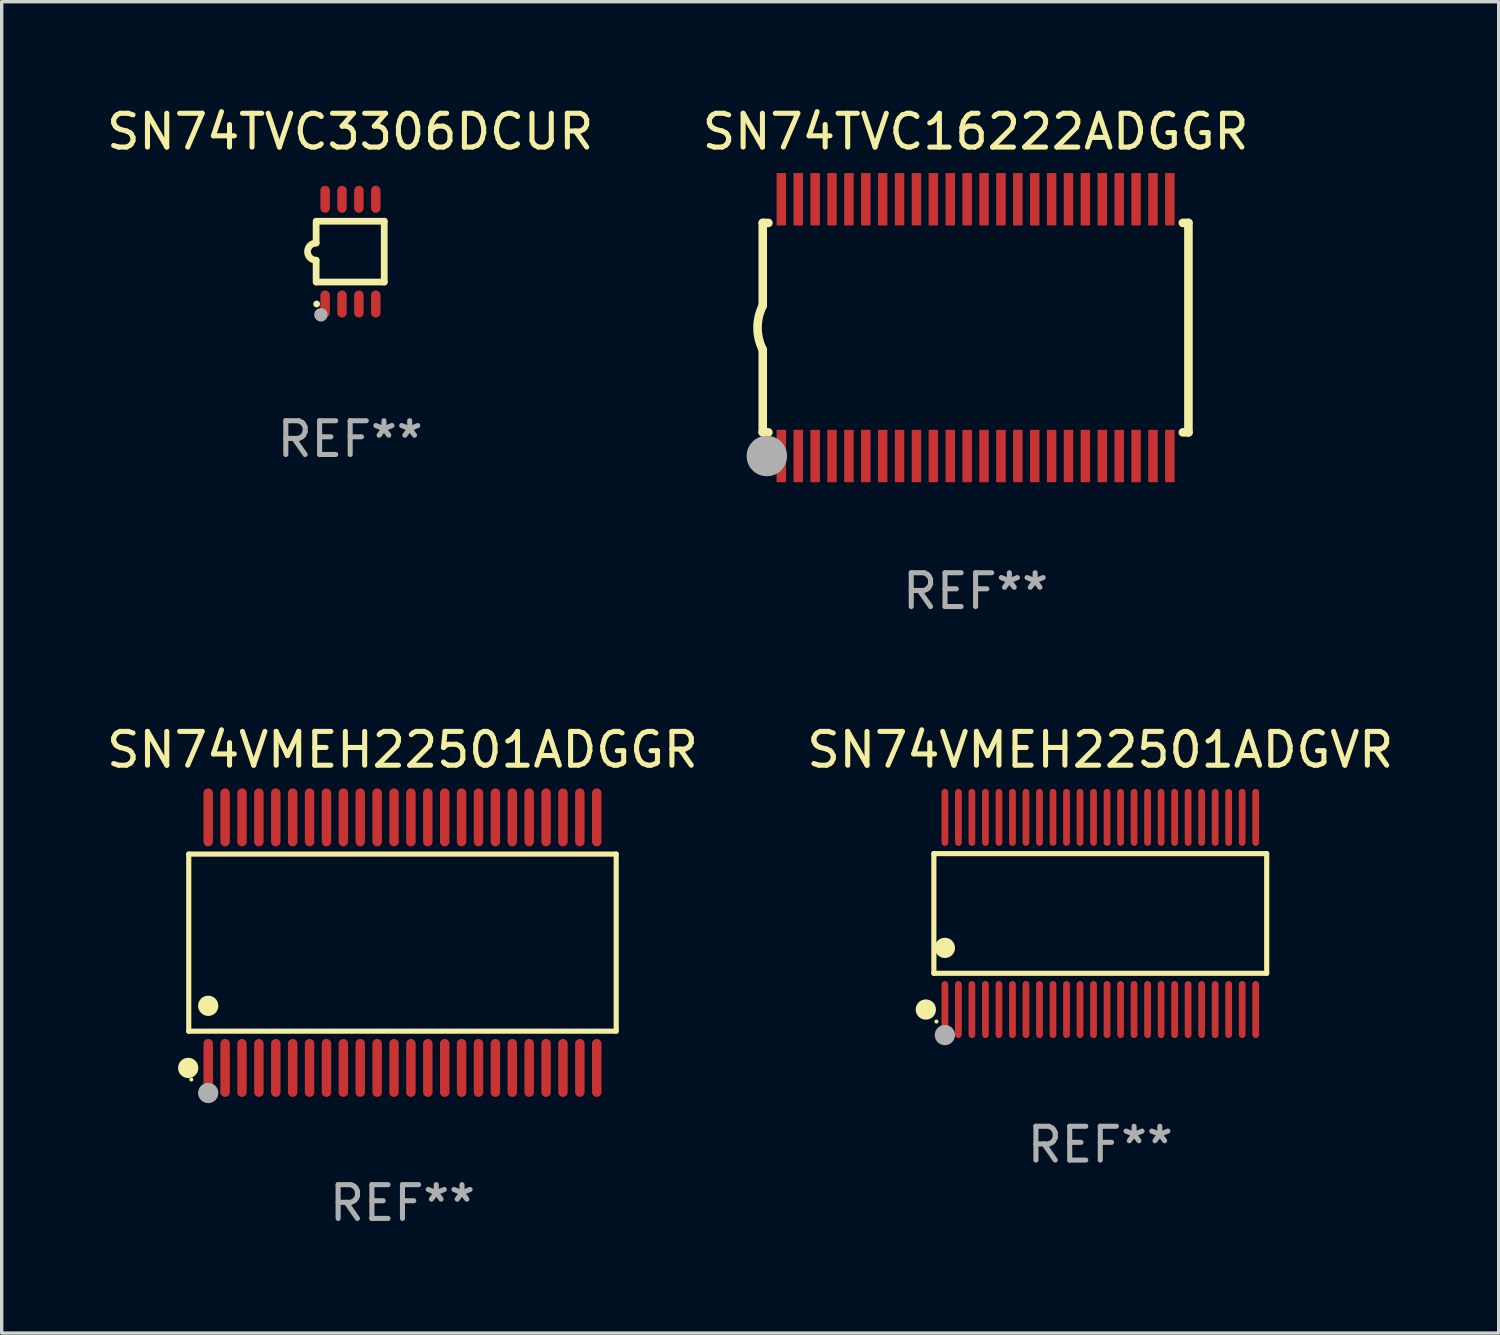
<source format=kicad_pcb>
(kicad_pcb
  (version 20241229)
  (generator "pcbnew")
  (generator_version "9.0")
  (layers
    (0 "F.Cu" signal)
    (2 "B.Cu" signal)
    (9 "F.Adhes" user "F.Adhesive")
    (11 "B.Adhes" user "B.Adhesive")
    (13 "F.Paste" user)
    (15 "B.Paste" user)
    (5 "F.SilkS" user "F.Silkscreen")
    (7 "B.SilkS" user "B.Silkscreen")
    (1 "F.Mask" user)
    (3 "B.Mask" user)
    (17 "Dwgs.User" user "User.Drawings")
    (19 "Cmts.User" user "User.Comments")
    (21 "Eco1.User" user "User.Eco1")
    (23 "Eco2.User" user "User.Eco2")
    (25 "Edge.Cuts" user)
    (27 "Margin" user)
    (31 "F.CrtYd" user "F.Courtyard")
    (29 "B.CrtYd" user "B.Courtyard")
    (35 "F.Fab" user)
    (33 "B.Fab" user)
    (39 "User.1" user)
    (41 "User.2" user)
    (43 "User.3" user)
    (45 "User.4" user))
  (footprint "SN74TVC3306DCUR"
    (layer "F.Cu")
    (at 7.315 4.398)
    (property "Reference" "SN74TVC3306DCUR" (at 0 -3.55 0) (layer "F.SilkS") (effects (font (size 1 1) (thickness 0.15))))
    (attr through_hole)
    (fp_line (start -1.008 -0.254) (end -1.008 -0.9) (stroke (width 0.2) (type solid)) (layer "F.SilkS"))
    (fp_line (start -1.008 0.254) (end -1.008 0.9) (stroke (width 0.2) (type solid)) (layer "F.SilkS"))
    (fp_line (start -0.992 0.9) (end 1.008 0.9) (stroke (width 0.2) (type solid)) (layer "F.SilkS"))
    (fp_line (start 1.008 -0.9) (end -0.992 -0.9) (stroke (width 0.2) (type solid)) (layer "F.SilkS"))
    (fp_line (start 1.008 0.9) (end 1.008 -0.9) (stroke (width 0.2) (type solid)) (layer "F.SilkS"))
    (fp_arc (start -1.008001 0.254001) (mid -1.262002 0) (end -1.008001 -0.254001) (stroke (width 0.2) (type solid)) (layer "F.SilkS"))
    (fp_circle (center -0.992 1.55) (end -0.942 1.55) (stroke (width 0.1) (type solid)) (fill no) (layer "F.SilkS"))
    (fp_circle (center -0.866 1.87) (end -0.766 1.87) (stroke (width 0.2) (type solid)) (fill no) (layer "F.Fab"))
    (fp_text user "REF**" (at 0 5.55 0) (layer "F.Fab") (effects (font (size 1 1) (thickness 0.15))))
    (pad "1" smd oval (at -0.742 1.55 270) (size 0.8 0.28) (layers "F.Cu" "F.Mask" "F.Paste"))
    (pad "2" smd oval (at -0.242 1.55 270) (size 0.8 0.28) (layers "F.Cu" "F.Mask" "F.Paste"))
    (pad "3" smd oval (at 0.258 1.55 270) (size 0.8 0.28) (layers "F.Cu" "F.Mask" "F.Paste"))
    (pad "4" smd oval (at 0.758 1.55 270) (size 0.8 0.28) (layers "F.Cu" "F.Mask" "F.Paste"))
    (pad "5" smd oval (at 0.758 -1.55 270) (size 0.8 0.28) (layers "F.Cu" "F.Mask" "F.Paste"))
    (pad "6" smd oval (at 0.258 -1.55 270) (size 0.8 0.28) (layers "F.Cu" "F.Mask" "F.Paste"))
    (pad "7" smd oval (at -0.242 -1.55 270) (size 0.8 0.28) (layers "F.Cu" "F.Mask" "F.Paste"))
    (pad "8" smd oval (at -0.742 -1.55 270) (size 0.8 0.28) (layers "F.Cu" "F.Mask" "F.Paste")))
  (footprint "SN74VMEH22501ADGGR"
    (layer "F.Cu")
    (at 8.863 24.852)
    (property "Reference" "SN74VMEH22501ADGGR" (at 0 -5.708 0) (layer "F.SilkS") (effects (font (size 1 1) (thickness 0.15))))
    (attr through_hole)
    (fp_line (start -6.326 -2.622) (end 6.326 -2.622) (stroke (width 0.152) (type solid)) (layer "F.SilkS"))
    (fp_line (start -6.326 2.621) (end -6.326 -2.622) (stroke (width 0.152) (type solid)) (layer "F.SilkS"))
    (fp_line (start 6.326 -2.622) (end 6.326 2.621) (stroke (width 0.152) (type solid)) (layer "F.SilkS"))
    (fp_line (start 6.326 2.621) (end -6.326 2.621) (stroke (width 0.152) (type solid)) (layer "F.SilkS"))
    (fp_circle (center -6.342 3.708) (end -6.192 3.708) (stroke (width 0.3) (type solid)) (fill no) (layer "F.SilkS"))
    (fp_circle (center -6.25 4.05) (end -6.22 4.05) (stroke (width 0.06) (type solid)) (fill no) (layer "F.SilkS"))
    (fp_circle (center -5.75 1.869) (end -5.6 1.869) (stroke (width 0.3) (type solid)) (fill no) (layer "F.SilkS"))
    (fp_circle (center -5.75 4.45) (end -5.6 4.45) (stroke (width 0.3) (type solid)) (fill no) (layer "F.Fab"))
    (fp_text user "REF**" (at 0 7.708 0) (layer "F.Fab") (effects (font (size 1 1) (thickness 0.15))))
    (pad "1" smd oval (at -5.75 3.708) (size 0.28 1.715) (layers "F.Cu" "F.Mask" "F.Paste"))
    (pad "2" smd oval (at -5.25 3.708) (size 0.28 1.715) (layers "F.Cu" "F.Mask" "F.Paste"))
    (pad "3" smd oval (at -4.75 3.708) (size 0.28 1.715) (layers "F.Cu" "F.Mask" "F.Paste"))
    (pad "4" smd oval (at -4.25 3.708) (size 0.28 1.715) (layers "F.Cu" "F.Mask" "F.Paste"))
    (pad "5" smd oval (at -3.75 3.708) (size 0.28 1.715) (layers "F.Cu" "F.Mask" "F.Paste"))
    (pad "6" smd oval (at -3.25 3.708) (size 0.28 1.715) (layers "F.Cu" "F.Mask" "F.Paste"))
    (pad "7" smd oval (at -2.75 3.708) (size 0.28 1.715) (layers "F.Cu" "F.Mask" "F.Paste"))
    (pad "8" smd oval (at -2.25 3.708) (size 0.28 1.715) (layers "F.Cu" "F.Mask" "F.Paste"))
    (pad "9" smd oval (at -1.75 3.708) (size 0.28 1.715) (layers "F.Cu" "F.Mask" "F.Paste"))
    (pad "10" smd oval (at -1.25 3.708) (size 0.28 1.715) (layers "F.Cu" "F.Mask" "F.Paste"))
    (pad "11" smd oval (at -0.75 3.708) (size 0.28 1.715) (layers "F.Cu" "F.Mask" "F.Paste"))
    (pad "12" smd oval (at -0.25 3.708) (size 0.28 1.715) (layers "F.Cu" "F.Mask" "F.Paste"))
    (pad "13" smd oval (at 0.25 3.708) (size 0.28 1.715) (layers "F.Cu" "F.Mask" "F.Paste"))
    (pad "14" smd oval (at 0.75 3.708) (size 0.28 1.715) (layers "F.Cu" "F.Mask" "F.Paste"))
    (pad "15" smd oval (at 1.25 3.708) (size 0.28 1.715) (layers "F.Cu" "F.Mask" "F.Paste"))
    (pad "16" smd oval (at 1.75 3.708) (size 0.28 1.715) (layers "F.Cu" "F.Mask" "F.Paste"))
    (pad "17" smd oval (at 2.25 3.708) (size 0.28 1.715) (layers "F.Cu" "F.Mask" "F.Paste"))
    (pad "18" smd oval (at 2.75 3.708) (size 0.28 1.715) (layers "F.Cu" "F.Mask" "F.Paste"))
    (pad "19" smd oval (at 3.25 3.708) (size 0.28 1.715) (layers "F.Cu" "F.Mask" "F.Paste"))
    (pad "20" smd oval (at 3.75 3.708) (size 0.28 1.715) (layers "F.Cu" "F.Mask" "F.Paste"))
    (pad "21" smd oval (at 4.25 3.708) (size 0.28 1.715) (layers "F.Cu" "F.Mask" "F.Paste"))
    (pad "22" smd oval (at 4.75 3.708) (size 0.28 1.715) (layers "F.Cu" "F.Mask" "F.Paste"))
    (pad "23" smd oval (at 5.25 3.708) (size 0.28 1.715) (layers "F.Cu" "F.Mask" "F.Paste"))
    (pad "24" smd oval (at 5.75 3.708) (size 0.28 1.715) (layers "F.Cu" "F.Mask" "F.Paste"))
    (pad "25" smd oval (at 5.75 -3.708) (size 0.28 1.715) (layers "F.Cu" "F.Mask" "F.Paste"))
    (pad "26" smd oval (at 5.25 -3.708) (size 0.28 1.715) (layers "F.Cu" "F.Mask" "F.Paste"))
    (pad "27" smd oval (at 4.75 -3.708) (size 0.28 1.715) (layers "F.Cu" "F.Mask" "F.Paste"))
    (pad "28" smd oval (at 4.25 -3.708) (size 0.28 1.715) (layers "F.Cu" "F.Mask" "F.Paste"))
    (pad "29" smd oval (at 3.75 -3.708) (size 0.28 1.715) (layers "F.Cu" "F.Mask" "F.Paste"))
    (pad "30" smd oval (at 3.25 -3.708) (size 0.28 1.715) (layers "F.Cu" "F.Mask" "F.Paste"))
    (pad "31" smd oval (at 2.75 -3.708) (size 0.28 1.715) (layers "F.Cu" "F.Mask" "F.Paste"))
    (pad "32" smd oval (at 2.25 -3.708) (size 0.28 1.715) (layers "F.Cu" "F.Mask" "F.Paste"))
    (pad "33" smd oval (at 1.75 -3.708) (size 0.28 1.715) (layers "F.Cu" "F.Mask" "F.Paste"))
    (pad "34" smd oval (at 1.25 -3.708) (size 0.28 1.715) (layers "F.Cu" "F.Mask" "F.Paste"))
    (pad "35" smd oval (at 0.75 -3.708) (size 0.28 1.715) (layers "F.Cu" "F.Mask" "F.Paste"))
    (pad "36" smd oval (at 0.25 -3.708) (size 0.28 1.715) (layers "F.Cu" "F.Mask" "F.Paste"))
    (pad "37" smd oval (at -0.25 -3.708) (size 0.28 1.715) (layers "F.Cu" "F.Mask" "F.Paste"))
    (pad "38" smd oval (at -0.75 -3.708) (size 0.28 1.715) (layers "F.Cu" "F.Mask" "F.Paste"))
    (pad "39" smd oval (at -1.25 -3.708) (size 0.28 1.715) (layers "F.Cu" "F.Mask" "F.Paste"))
    (pad "40" smd oval (at -1.75 -3.708) (size 0.28 1.715) (layers "F.Cu" "F.Mask" "F.Paste"))
    (pad "41" smd oval (at -2.25 -3.708) (size 0.28 1.715) (layers "F.Cu" "F.Mask" "F.Paste"))
    (pad "42" smd oval (at -2.75 -3.708) (size 0.28 1.715) (layers "F.Cu" "F.Mask" "F.Paste"))
    (pad "43" smd oval (at -3.25 -3.708) (size 0.28 1.715) (layers "F.Cu" "F.Mask" "F.Paste"))
    (pad "44" smd oval (at -3.75 -3.708) (size 0.28 1.715) (layers "F.Cu" "F.Mask" "F.Paste"))
    (pad "45" smd oval (at -4.25 -3.708) (size 0.28 1.715) (layers "F.Cu" "F.Mask" "F.Paste"))
    (pad "46" smd oval (at -4.75 -3.708) (size 0.28 1.715) (layers "F.Cu" "F.Mask" "F.Paste"))
    (pad "47" smd oval (at -5.25 -3.708) (size 0.28 1.715) (layers "F.Cu" "F.Mask" "F.Paste"))
    (pad "48" smd oval (at -5.75 -3.708) (size 0.28 1.715) (layers "F.Cu" "F.Mask" "F.Paste")))
  (footprint "SN74TVC16222ADGGR"
    (layer "F.Cu")
    (at 25.827 6.648)
    (property "Reference" "SN74TVC16222ADGGR" (at 0 -5.8 0) (layer "F.SilkS") (effects (font (size 1 1) (thickness 0.15))))
    (attr through_hole)
    (fp_line (start -6.3 -3.1) (end -6.3 -0.65) (stroke (width 0.254) (type solid)) (layer "F.SilkS"))
    (fp_line (start -6.3 -3.1) (end -6.134 -3.1) (stroke (width 0.254) (type solid)) (layer "F.SilkS"))
    (fp_line (start -6.3 3.1) (end -6.3 0.65) (stroke (width 0.254) (type solid)) (layer "F.SilkS"))
    (fp_line (start -6.3 3.1) (end -6.134 3.1) (stroke (width 0.254) (type solid)) (layer "F.SilkS"))
    (fp_line (start 6.134 -3.1) (end 6.3 -3.1) (stroke (width 0.254) (type solid)) (layer "F.SilkS"))
    (fp_line (start 6.134 3.1) (end 6.3 3.1) (stroke (width 0.254) (type solid)) (layer "F.SilkS"))
    (fp_line (start 6.3 -3.1) (end 6.3 3.1) (stroke (width 0.254) (type solid)) (layer "F.SilkS"))
    (fp_arc (start -6.301016 0.650114) (mid -6.45413 -0.000082) (end -6.3 -0.650038) (stroke (width 0.254001) (type solid)) (layer "F.SilkS"))
    (fp_circle (center -6.35 3.81) (end -6.223 3.81) (stroke (width 0.254) (type solid)) (fill no) (layer "F.SilkS"))
    (fp_circle (center -6.25 4.05) (end -6.22 4.05) (stroke (width 0.06) (type solid)) (fill no) (layer "F.SilkS"))
    (fp_circle (center -6.18 3.8) (end -5.88 3.8) (stroke (width 0.6) (type solid)) (fill no) (layer "F.Fab"))
    (fp_text user "REF**" (at 0 7.8 0) (layer "F.Fab") (effects (font (size 1 1) (thickness 0.15))))
    (pad "1" smd rect (at -5.75 3.8) (size 0.28 1.55) (layers "F.Cu" "F.Mask" "F.Paste"))
    (pad "2" smd rect (at -5.25 3.8) (size 0.28 1.55) (layers "F.Cu" "F.Mask" "F.Paste"))
    (pad "3" smd rect (at -4.75 3.8) (size 0.28 1.55) (layers "F.Cu" "F.Mask" "F.Paste"))
    (pad "4" smd rect (at -4.25 3.8) (size 0.28 1.55) (layers "F.Cu" "F.Mask" "F.Paste"))
    (pad "5" smd rect (at -3.75 3.8) (size 0.28 1.55) (layers "F.Cu" "F.Mask" "F.Paste"))
    (pad "6" smd rect (at -3.25 3.8) (size 0.28 1.55) (layers "F.Cu" "F.Mask" "F.Paste"))
    (pad "7" smd rect (at -2.75 3.8) (size 0.28 1.55) (layers "F.Cu" "F.Mask" "F.Paste"))
    (pad "8" smd rect (at -2.25 3.8) (size 0.28 1.55) (layers "F.Cu" "F.Mask" "F.Paste"))
    (pad "9" smd rect (at -1.75 3.8) (size 0.28 1.55) (layers "F.Cu" "F.Mask" "F.Paste"))
    (pad "10" smd rect (at -1.25 3.8) (size 0.28 1.55) (layers "F.Cu" "F.Mask" "F.Paste"))
    (pad "11" smd rect (at -0.75 3.8) (size 0.28 1.55) (layers "F.Cu" "F.Mask" "F.Paste"))
    (pad "12" smd rect (at -0.25 3.8) (size 0.28 1.55) (layers "F.Cu" "F.Mask" "F.Paste"))
    (pad "13" smd rect (at 0.25 3.8) (size 0.28 1.55) (layers "F.Cu" "F.Mask" "F.Paste"))
    (pad "14" smd rect (at 0.75 3.8) (size 0.28 1.55) (layers "F.Cu" "F.Mask" "F.Paste"))
    (pad "15" smd rect (at 1.25 3.8) (size 0.28 1.55) (layers "F.Cu" "F.Mask" "F.Paste"))
    (pad "16" smd rect (at 1.75 3.8) (size 0.28 1.55) (layers "F.Cu" "F.Mask" "F.Paste"))
    (pad "17" smd rect (at 2.25 3.8) (size 0.28 1.55) (layers "F.Cu" "F.Mask" "F.Paste"))
    (pad "18" smd rect (at 2.75 3.8) (size 0.28 1.55) (layers "F.Cu" "F.Mask" "F.Paste"))
    (pad "19" smd rect (at 3.25 3.8) (size 0.28 1.55) (layers "F.Cu" "F.Mask" "F.Paste"))
    (pad "20" smd rect (at 3.75 3.8) (size 0.28 1.55) (layers "F.Cu" "F.Mask" "F.Paste"))
    (pad "21" smd rect (at 4.25 3.8) (size 0.28 1.55) (layers "F.Cu" "F.Mask" "F.Paste"))
    (pad "22" smd rect (at 4.75 3.8) (size 0.28 1.55) (layers "F.Cu" "F.Mask" "F.Paste"))
    (pad "23" smd rect (at 5.25 3.8) (size 0.28 1.55) (layers "F.Cu" "F.Mask" "F.Paste"))
    (pad "24" smd rect (at 5.75 3.8) (size 0.28 1.55) (layers "F.Cu" "F.Mask" "F.Paste"))
    (pad "25" smd rect (at 5.75 -3.8) (size 0.28 1.55) (layers "F.Cu" "F.Mask" "F.Paste"))
    (pad "26" smd rect (at 5.25 -3.8) (size 0.28 1.55) (layers "F.Cu" "F.Mask" "F.Paste"))
    (pad "27" smd rect (at 4.75 -3.8) (size 0.28 1.55) (layers "F.Cu" "F.Mask" "F.Paste"))
    (pad "28" smd rect (at 4.25 -3.8) (size 0.28 1.55) (layers "F.Cu" "F.Mask" "F.Paste"))
    (pad "29" smd rect (at 3.75 -3.8) (size 0.28 1.55) (layers "F.Cu" "F.Mask" "F.Paste"))
    (pad "30" smd rect (at 3.25 -3.8) (size 0.28 1.55) (layers "F.Cu" "F.Mask" "F.Paste"))
    (pad "31" smd rect (at 2.75 -3.8) (size 0.28 1.55) (layers "F.Cu" "F.Mask" "F.Paste"))
    (pad "32" smd rect (at 2.25 -3.8) (size 0.28 1.55) (layers "F.Cu" "F.Mask" "F.Paste"))
    (pad "33" smd rect (at 1.75 -3.8) (size 0.28 1.55) (layers "F.Cu" "F.Mask" "F.Paste"))
    (pad "34" smd rect (at 1.25 -3.8) (size 0.28 1.55) (layers "F.Cu" "F.Mask" "F.Paste"))
    (pad "35" smd rect (at 0.75 -3.8) (size 0.28 1.55) (layers "F.Cu" "F.Mask" "F.Paste"))
    (pad "36" smd rect (at 0.25 -3.8) (size 0.28 1.55) (layers "F.Cu" "F.Mask" "F.Paste"))
    (pad "37" smd rect (at -0.25 -3.8) (size 0.28 1.55) (layers "F.Cu" "F.Mask" "F.Paste"))
    (pad "38" smd rect (at -0.75 -3.8) (size 0.28 1.55) (layers "F.Cu" "F.Mask" "F.Paste"))
    (pad "39" smd rect (at -1.25 -3.8) (size 0.28 1.55) (layers "F.Cu" "F.Mask" "F.Paste"))
    (pad "40" smd rect (at -1.75 -3.8) (size 0.28 1.55) (layers "F.Cu" "F.Mask" "F.Paste"))
    (pad "41" smd rect (at -2.25 -3.8) (size 0.28 1.55) (layers "F.Cu" "F.Mask" "F.Paste"))
    (pad "42" smd rect (at -2.75 -3.8) (size 0.28 1.55) (layers "F.Cu" "F.Mask" "F.Paste"))
    (pad "43" smd rect (at -3.25 -3.8) (size 0.28 1.55) (layers "F.Cu" "F.Mask" "F.Paste"))
    (pad "44" smd rect (at -3.75 -3.8) (size 0.28 1.55) (layers "F.Cu" "F.Mask" "F.Paste"))
    (pad "45" smd rect (at -4.25 -3.8) (size 0.28 1.55) (layers "F.Cu" "F.Mask" "F.Paste"))
    (pad "46" smd rect (at -4.75 -3.8) (size 0.28 1.55) (layers "F.Cu" "F.Mask" "F.Paste"))
    (pad "47" smd rect (at -5.25 -3.8) (size 0.28 1.55) (layers "F.Cu" "F.Mask" "F.Paste"))
    (pad "48" smd rect (at -5.75 -3.8) (size 0.28 1.55) (layers "F.Cu" "F.Mask" "F.Paste")))
  (footprint "SN74VMEH22501ADGVR"
    (layer "F.Cu")
    (at 29.518 23.988)
    (property "Reference" "SN74VMEH22501ADGVR" (at 0 -4.844 0) (layer "F.SilkS") (effects (font (size 1 1) (thickness 0.15))))
    (attr through_hole)
    (fp_line (start -4.926 -1.771) (end 4.926 -1.771) (stroke (width 0.152) (type solid)) (layer "F.SilkS"))
    (fp_line (start -4.926 1.771) (end -4.926 -1.771) (stroke (width 0.152) (type solid)) (layer "F.SilkS"))
    (fp_line (start 4.926 -1.771) (end 4.926 1.771) (stroke (width 0.152) (type solid)) (layer "F.SilkS"))
    (fp_line (start 4.926 1.771) (end -4.926 1.771) (stroke (width 0.152) (type solid)) (layer "F.SilkS"))
    (fp_circle (center -5.164 2.844) (end -5.014 2.844) (stroke (width 0.3) (type solid)) (fill no) (layer "F.SilkS"))
    (fp_circle (center -4.85 3.2) (end -4.82 3.2) (stroke (width 0.06) (type solid)) (fill no) (layer "F.SilkS"))
    (fp_circle (center -4.6 1.019) (end -4.45 1.019) (stroke (width 0.3) (type solid)) (fill no) (layer "F.SilkS"))
    (fp_circle (center -4.6 3.6) (end -4.45 3.6) (stroke (width 0.3) (type solid)) (fill no) (layer "F.Fab"))
    (fp_text user "REF**" (at 0 6.844 0) (layer "F.Fab") (effects (font (size 1 1) (thickness 0.15))))
    (pad "1" smd oval (at -4.6 2.844) (size 0.2 1.687) (layers "F.Cu" "F.Mask" "F.Paste"))
    (pad "2" smd oval (at -4.2 2.844) (size 0.2 1.687) (layers "F.Cu" "F.Mask" "F.Paste"))
    (pad "3" smd oval (at -3.8 2.844) (size 0.2 1.687) (layers "F.Cu" "F.Mask" "F.Paste"))
    (pad "4" smd oval (at -3.4 2.844) (size 0.2 1.687) (layers "F.Cu" "F.Mask" "F.Paste"))
    (pad "5" smd oval (at -3 2.844) (size 0.2 1.687) (layers "F.Cu" "F.Mask" "F.Paste"))
    (pad "6" smd oval (at -2.6 2.844) (size 0.2 1.687) (layers "F.Cu" "F.Mask" "F.Paste"))
    (pad "7" smd oval (at -2.2 2.844) (size 0.2 1.687) (layers "F.Cu" "F.Mask" "F.Paste"))
    (pad "8" smd oval (at -1.8 2.844) (size 0.2 1.687) (layers "F.Cu" "F.Mask" "F.Paste"))
    (pad "9" smd oval (at -1.4 2.844) (size 0.2 1.687) (layers "F.Cu" "F.Mask" "F.Paste"))
    (pad "10" smd oval (at -1 2.844) (size 0.2 1.687) (layers "F.Cu" "F.Mask" "F.Paste"))
    (pad "11" smd oval (at -0.6 2.844) (size 0.2 1.687) (layers "F.Cu" "F.Mask" "F.Paste"))
    (pad "12" smd oval (at -0.2 2.844) (size 0.2 1.687) (layers "F.Cu" "F.Mask" "F.Paste"))
    (pad "13" smd oval (at 0.2 2.844) (size 0.2 1.687) (layers "F.Cu" "F.Mask" "F.Paste"))
    (pad "14" smd oval (at 0.6 2.844) (size 0.2 1.687) (layers "F.Cu" "F.Mask" "F.Paste"))
    (pad "15" smd oval (at 1 2.844) (size 0.2 1.687) (layers "F.Cu" "F.Mask" "F.Paste"))
    (pad "16" smd oval (at 1.4 2.844) (size 0.2 1.687) (layers "F.Cu" "F.Mask" "F.Paste"))
    (pad "17" smd oval (at 1.8 2.844) (size 0.2 1.687) (layers "F.Cu" "F.Mask" "F.Paste"))
    (pad "18" smd oval (at 2.2 2.844) (size 0.2 1.687) (layers "F.Cu" "F.Mask" "F.Paste"))
    (pad "19" smd oval (at 2.6 2.844) (size 0.2 1.687) (layers "F.Cu" "F.Mask" "F.Paste"))
    (pad "20" smd oval (at 3 2.844) (size 0.2 1.687) (layers "F.Cu" "F.Mask" "F.Paste"))
    (pad "21" smd oval (at 3.4 2.844) (size 0.2 1.687) (layers "F.Cu" "F.Mask" "F.Paste"))
    (pad "22" smd oval (at 3.8 2.844) (size 0.2 1.687) (layers "F.Cu" "F.Mask" "F.Paste"))
    (pad "23" smd oval (at 4.2 2.844) (size 0.2 1.687) (layers "F.Cu" "F.Mask" "F.Paste"))
    (pad "24" smd oval (at 4.6 2.844) (size 0.2 1.687) (layers "F.Cu" "F.Mask" "F.Paste"))
    (pad "25" smd oval (at 4.6 -2.844) (size 0.2 1.687) (layers "F.Cu" "F.Mask" "F.Paste"))
    (pad "26" smd oval (at 4.2 -2.844) (size 0.2 1.687) (layers "F.Cu" "F.Mask" "F.Paste"))
    (pad "27" smd oval (at 3.8 -2.844) (size 0.2 1.687) (layers "F.Cu" "F.Mask" "F.Paste"))
    (pad "28" smd oval (at 3.4 -2.844) (size 0.2 1.687) (layers "F.Cu" "F.Mask" "F.Paste"))
    (pad "29" smd oval (at 3 -2.844) (size 0.2 1.687) (layers "F.Cu" "F.Mask" "F.Paste"))
    (pad "30" smd oval (at 2.6 -2.844) (size 0.2 1.687) (layers "F.Cu" "F.Mask" "F.Paste"))
    (pad "31" smd oval (at 2.2 -2.844) (size 0.2 1.687) (layers "F.Cu" "F.Mask" "F.Paste"))
    (pad "32" smd oval (at 1.8 -2.844) (size 0.2 1.687) (layers "F.Cu" "F.Mask" "F.Paste"))
    (pad "33" smd oval (at 1.4 -2.844) (size 0.2 1.687) (layers "F.Cu" "F.Mask" "F.Paste"))
    (pad "34" smd oval (at 1 -2.844) (size 0.2 1.687) (layers "F.Cu" "F.Mask" "F.Paste"))
    (pad "35" smd oval (at 0.6 -2.844) (size 0.2 1.687) (layers "F.Cu" "F.Mask" "F.Paste"))
    (pad "36" smd oval (at 0.2 -2.844) (size 0.2 1.687) (layers "F.Cu" "F.Mask" "F.Paste"))
    (pad "37" smd oval (at -0.2 -2.844) (size 0.2 1.687) (layers "F.Cu" "F.Mask" "F.Paste"))
    (pad "38" smd oval (at -0.6 -2.844) (size 0.2 1.687) (layers "F.Cu" "F.Mask" "F.Paste"))
    (pad "39" smd oval (at -1 -2.844) (size 0.2 1.687) (layers "F.Cu" "F.Mask" "F.Paste"))
    (pad "40" smd oval (at -1.4 -2.844) (size 0.2 1.687) (layers "F.Cu" "F.Mask" "F.Paste"))
    (pad "41" smd oval (at -1.8 -2.844) (size 0.2 1.687) (layers "F.Cu" "F.Mask" "F.Paste"))
    (pad "42" smd oval (at -2.2 -2.844) (size 0.2 1.687) (layers "F.Cu" "F.Mask" "F.Paste"))
    (pad "43" smd oval (at -2.6 -2.844) (size 0.2 1.687) (layers "F.Cu" "F.Mask" "F.Paste"))
    (pad "44" smd oval (at -3 -2.844) (size 0.2 1.687) (layers "F.Cu" "F.Mask" "F.Paste"))
    (pad "45" smd oval (at -3.4 -2.844) (size 0.2 1.687) (layers "F.Cu" "F.Mask" "F.Paste"))
    (pad "46" smd oval (at -3.8 -2.844) (size 0.2 1.687) (layers "F.Cu" "F.Mask" "F.Paste"))
    (pad "47" smd oval (at -4.2 -2.844) (size 0.2 1.687) (layers "F.Cu" "F.Mask" "F.Paste"))
    (pad "48" smd oval (at -4.6 -2.844) (size 0.2 1.687) (layers "F.Cu" "F.Mask" "F.Paste")))
  (gr_rect
    (start -3 -3)
    (end 41.31 36.408)
    (stroke (width 0.1) (type default))
    (fill no)
    (layer "Edge.Cuts")))
</source>
